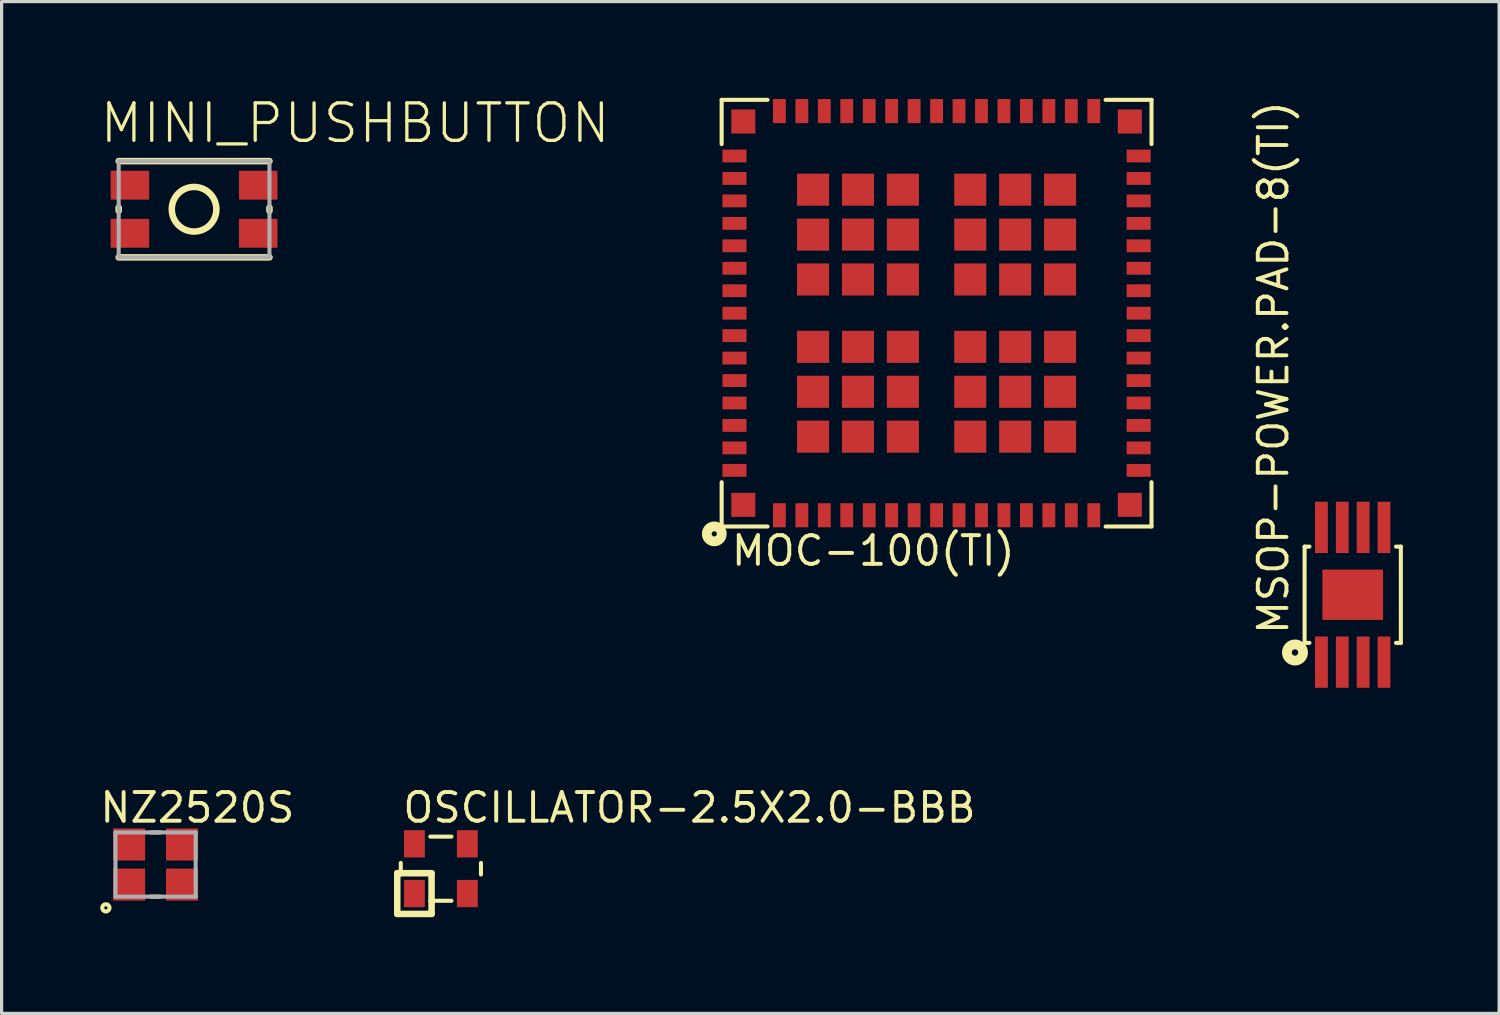
<source format=kicad_pcb>
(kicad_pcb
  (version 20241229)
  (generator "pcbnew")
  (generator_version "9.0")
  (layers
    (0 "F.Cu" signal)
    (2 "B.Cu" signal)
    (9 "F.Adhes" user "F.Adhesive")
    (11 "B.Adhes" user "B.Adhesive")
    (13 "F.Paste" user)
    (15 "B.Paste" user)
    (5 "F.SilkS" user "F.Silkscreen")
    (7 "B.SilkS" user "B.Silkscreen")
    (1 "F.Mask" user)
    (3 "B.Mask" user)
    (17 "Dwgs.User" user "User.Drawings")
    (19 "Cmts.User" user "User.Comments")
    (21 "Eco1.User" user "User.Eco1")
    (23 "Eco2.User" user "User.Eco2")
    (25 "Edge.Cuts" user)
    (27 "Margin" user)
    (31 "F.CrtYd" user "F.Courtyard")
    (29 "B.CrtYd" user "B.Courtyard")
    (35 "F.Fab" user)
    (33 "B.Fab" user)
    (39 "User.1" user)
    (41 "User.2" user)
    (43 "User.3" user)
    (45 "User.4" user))
  (footprint "MINI_PUSHBUTTON"
    (layer "F.Cu")
    (at 3 3.473)
    (property "Reference" "MINI_PUSHBUTTON" (at -3 -2 0) (layer "F.SilkS") (effects (font (size 1.168 1.168) (thickness 0.102)) (justify left bottom)))
    (fp_line (start -2.35 -1.5) (end 2.35 -1.5) (stroke (width 0.203) (type solid)) (layer "F.SilkS"))
    (fp_line (start -2.35 0.05) (end -2.35 -0.05) (stroke (width 0.203) (type solid)) (layer "F.SilkS"))
    (fp_line (start -2.35 1.5) (end 2.35 1.5) (stroke (width 0.203) (type solid)) (layer "F.SilkS"))
    (fp_line (start 2.35 0.05) (end 2.35 -0.05) (stroke (width 0.203) (type solid)) (layer "F.SilkS"))
    (fp_circle (center 0 0) (end 0.695 0) (stroke (width 0.203) (type solid)) (fill no) (layer "F.SilkS"))
    (fp_line (start -2.35 -1.5) (end 2.35 -1.5) (stroke (width 0.127) (type solid)) (layer "F.Fab"))
    (fp_line (start -2.35 1.5) (end -2.35 -1.5) (stroke (width 0.127) (type solid)) (layer "F.Fab"))
    (fp_line (start 2.35 -1.5) (end 2.35 1.5) (stroke (width 0.127) (type solid)) (layer "F.Fab"))
    (fp_line (start 2.35 1.5) (end -2.35 1.5) (stroke (width 0.127) (type solid)) (layer "F.Fab"))
    (pad "1" smd rect (at -2 -0.75) (size 1.2 0.9) (layers "F.Cu" "F.Mask" "F.Paste"))
    (pad "2" smd rect (at 2 -0.75) (size 1.2 0.9) (layers "F.Cu" "F.Mask" "F.Paste"))
    (pad "3" smd rect (at -2 0.75) (size 1.2 0.9) (layers "F.Cu" "F.Mask" "F.Paste"))
    (pad "4" smd rect (at 2 0.75) (size 1.2 0.9) (layers "F.Cu" "F.Mask" "F.Paste")))
  (footprint "MSOP-POWER.PAD-8(TI)"
    (layer "F.Cu")
    (at 39.12 15.491)
    (property "Reference" "MSOP-POWER.PAD-8(TI)" (at -1.95 1.3 90) (layer "F.SilkS") (effects (font (size 0.894 0.894) (thickness 0.122)) (justify left bottom)))
    (fp_line (start -1.5 -1.5) (end -1.5 1.5) (stroke (width 0.127) (type solid)) (layer "F.SilkS"))
    (fp_line (start -1.5 1.5) (end -1.35 1.5) (stroke (width 0.127) (type solid)) (layer "F.SilkS"))
    (fp_line (start -1.35 -1.5) (end -1.5 -1.5) (stroke (width 0.127) (type solid)) (layer "F.SilkS"))
    (fp_line (start 1.35 1.5) (end 1.5 1.5) (stroke (width 0.127) (type solid)) (layer "F.SilkS"))
    (fp_line (start 1.5 -1.5) (end 1.35 -1.5) (stroke (width 0.127) (type solid)) (layer "F.SilkS"))
    (fp_line (start 1.5 1.5) (end 1.5 -1.5) (stroke (width 0.127) (type solid)) (layer "F.SilkS"))
    (fp_circle (center -1.8 1.8) (end -1.7 1.8) (stroke (width 0.305) (type solid)) (fill no) (layer "F.SilkS"))
    (pad "1" smd rect (at -0.975 2.1) (size 0.4 1.6) (layers "F.Cu" "F.Mask" "F.Paste"))
    (pad "2" smd rect (at -0.325 2.1) (size 0.4 1.6) (layers "F.Cu" "F.Mask" "F.Paste"))
    (pad "3" smd rect (at 0.325 2.1) (size 0.4 1.6) (layers "F.Cu" "F.Mask" "F.Paste"))
    (pad "4" smd rect (at 0.975 2.1) (size 0.4 1.6) (layers "F.Cu" "F.Mask" "F.Paste"))
    (pad "5" smd rect (at 0.975 -2.1) (size 0.4 1.6) (layers "F.Cu" "F.Mask" "F.Paste"))
    (pad "6" smd rect (at 0.325 -2.1) (size 0.4 1.6) (layers "F.Cu" "F.Mask" "F.Paste"))
    (pad "7" smd rect (at -0.325 -2.1) (size 0.4 1.6) (layers "F.Cu" "F.Mask" "F.Paste"))
    (pad "8" smd rect (at -0.975 -2.1) (size 0.4 1.6) (layers "F.Cu" "F.Mask" "F.Paste"))
    (pad "9" smd rect (at 0 0) (size 1.89 1.57) (layers "F.Cu" "F.Mask" "F.Paste")))
  (footprint "MOC-100(TI)"
    (layer "F.Cu")
    (at 26.147 6.713)
    (property "Reference" "MOC-100(TI)" (at -6.46 7.93 0) (layer "F.SilkS") (effects (font (size 0.894 0.894) (thickness 0.122)) (justify left bottom)))
    (fp_line (start -6.7 -6.65) (end -6.7 -5.27) (stroke (width 0.127) (type solid)) (layer "F.SilkS"))
    (fp_line (start -6.7 -6.65) (end -5.27 -6.65) (stroke (width 0.127) (type solid)) (layer "F.SilkS"))
    (fp_line (start -6.7 5.27) (end -6.7 6.65) (stroke (width 0.127) (type solid)) (layer "F.SilkS"))
    (fp_line (start -6.7 6.65) (end -5.27 6.65) (stroke (width 0.127) (type solid)) (layer "F.SilkS"))
    (fp_line (start 5.27 6.65) (end 6.7 6.65) (stroke (width 0.127) (type solid)) (layer "F.SilkS"))
    (fp_line (start 6.7 -6.65) (end 5.27 -6.65) (stroke (width 0.127) (type solid)) (layer "F.SilkS"))
    (fp_line (start 6.7 -6.65) (end 6.7 -5.27) (stroke (width 0.127) (type solid)) (layer "F.SilkS"))
    (fp_line (start 6.7 6.65) (end 6.7 5.27) (stroke (width 0.127) (type solid)) (layer "F.SilkS"))
    (fp_circle (center -6.93 6.88) (end -6.849 6.88) (stroke (width 0.305) (type solid)) (fill no) (layer "F.SilkS"))
    (pad "1" smd rect (at -6.025 5.975) (size 0.75 0.75) (layers "F.Cu" "F.Mask" "F.Paste"))
    (pad "2" smd rect (at -4.9 6.3) (size 0.4 0.75) (layers "F.Cu" "F.Mask" "F.Paste"))
    (pad "3" smd rect (at -4.2 6.3) (size 0.4 0.75) (layers "F.Cu" "F.Mask" "F.Paste"))
    (pad "4" smd rect (at -3.5 6.3) (size 0.4 0.75) (layers "F.Cu" "F.Mask" "F.Paste"))
    (pad "5" smd rect (at -2.8 6.3) (size 0.4 0.75) (layers "F.Cu" "F.Mask" "F.Paste"))
    (pad "6" smd rect (at -2.1 6.3) (size 0.4 0.75) (layers "F.Cu" "F.Mask" "F.Paste"))
    (pad "7" smd rect (at -1.4 6.3) (size 0.4 0.75) (layers "F.Cu" "F.Mask" "F.Paste"))
    (pad "8" smd rect (at -0.7 6.3) (size 0.4 0.75) (layers "F.Cu" "F.Mask" "F.Paste"))
    (pad "9" smd rect (at 0 6.3) (size 0.4 0.75) (layers "F.Cu" "F.Mask" "F.Paste"))
    (pad "10" smd rect (at 0.7 6.3) (size 0.4 0.75) (layers "F.Cu" "F.Mask" "F.Paste"))
    (pad "11" smd rect (at 1.4 6.3) (size 0.4 0.75) (layers "F.Cu" "F.Mask" "F.Paste"))
    (pad "12" smd rect (at 2.1 6.3) (size 0.4 0.75) (layers "F.Cu" "F.Mask" "F.Paste"))
    (pad "13" smd rect (at 2.8 6.3) (size 0.4 0.75) (layers "F.Cu" "F.Mask" "F.Paste"))
    (pad "14" smd rect (at 3.5 6.3) (size 0.4 0.75) (layers "F.Cu" "F.Mask" "F.Paste"))
    (pad "15" smd rect (at 4.2 6.3) (size 0.4 0.75) (layers "F.Cu" "F.Mask" "F.Paste"))
    (pad "16" smd rect (at 4.9 6.3) (size 0.4 0.75) (layers "F.Cu" "F.Mask" "F.Paste"))
    (pad "17" smd rect (at 6.025 5.975) (size 0.75 0.75) (layers "F.Cu" "F.Mask" "F.Paste"))
    (pad "18" smd rect (at 6.3 4.9 90) (size 0.4 0.75) (layers "F.Cu" "F.Mask" "F.Paste"))
    (pad "19" smd rect (at 6.3 4.2 90) (size 0.4 0.75) (layers "F.Cu" "F.Mask" "F.Paste"))
    (pad "20" smd rect (at 6.3 3.5 90) (size 0.4 0.75) (layers "F.Cu" "F.Mask" "F.Paste"))
    (pad "21" smd rect (at 6.3 2.8 90) (size 0.4 0.75) (layers "F.Cu" "F.Mask" "F.Paste"))
    (pad "22" smd rect (at 6.3 2.1 90) (size 0.4 0.75) (layers "F.Cu" "F.Mask" "F.Paste"))
    (pad "23" smd rect (at 6.3 1.4 90) (size 0.4 0.75) (layers "F.Cu" "F.Mask" "F.Paste"))
    (pad "24" smd rect (at 6.3 0.7 90) (size 0.4 0.75) (layers "F.Cu" "F.Mask" "F.Paste"))
    (pad "25" smd rect (at 6.3 0 90) (size 0.4 0.75) (layers "F.Cu" "F.Mask" "F.Paste"))
    (pad "26" smd rect (at 6.3 -0.7 90) (size 0.4 0.75) (layers "F.Cu" "F.Mask" "F.Paste"))
    (pad "27" smd rect (at 6.3 -1.4 90) (size 0.4 0.75) (layers "F.Cu" "F.Mask" "F.Paste"))
    (pad "28" smd rect (at 6.3 -2.1 90) (size 0.4 0.75) (layers "F.Cu" "F.Mask" "F.Paste"))
    (pad "29" smd rect (at 6.3 -2.8 90) (size 0.4 0.75) (layers "F.Cu" "F.Mask" "F.Paste"))
    (pad "30" smd rect (at 6.3 -3.5 90) (size 0.4 0.75) (layers "F.Cu" "F.Mask" "F.Paste"))
    (pad "31" smd rect (at 6.3 -4.2 90) (size 0.4 0.75) (layers "F.Cu" "F.Mask" "F.Paste"))
    (pad "32" smd rect (at 6.3 -4.9 90) (size 0.4 0.75) (layers "F.Cu" "F.Mask" "F.Paste"))
    (pad "33" smd rect (at 6.025 -5.975) (size 0.75 0.75) (layers "F.Cu" "F.Mask" "F.Paste"))
    (pad "34" smd rect (at 4.9 -6.3 180) (size 0.4 0.75) (layers "F.Cu" "F.Mask" "F.Paste"))
    (pad "35" smd rect (at 4.2 -6.3 180) (size 0.4 0.75) (layers "F.Cu" "F.Mask" "F.Paste"))
    (pad "36" smd rect (at 3.5 -6.3 180) (size 0.4 0.75) (layers "F.Cu" "F.Mask" "F.Paste"))
    (pad "37" smd rect (at 2.8 -6.3 180) (size 0.4 0.75) (layers "F.Cu" "F.Mask" "F.Paste"))
    (pad "38" smd rect (at 2.1 -6.3 180) (size 0.4 0.75) (layers "F.Cu" "F.Mask" "F.Paste"))
    (pad "39" smd rect (at 1.4 -6.3 180) (size 0.4 0.75) (layers "F.Cu" "F.Mask" "F.Paste"))
    (pad "40" smd rect (at 0.7 -6.3 180) (size 0.4 0.75) (layers "F.Cu" "F.Mask" "F.Paste"))
    (pad "41" smd rect (at 0 -6.3 180) (size 0.4 0.75) (layers "F.Cu" "F.Mask" "F.Paste"))
    (pad "42" smd rect (at -0.7 -6.3 180) (size 0.4 0.75) (layers "F.Cu" "F.Mask" "F.Paste"))
    (pad "43" smd rect (at -1.4 -6.3 180) (size 0.4 0.75) (layers "F.Cu" "F.Mask" "F.Paste"))
    (pad "44" smd rect (at -2.1 -6.3 180) (size 0.4 0.75) (layers "F.Cu" "F.Mask" "F.Paste"))
    (pad "45" smd rect (at -2.8 -6.3 180) (size 0.4 0.75) (layers "F.Cu" "F.Mask" "F.Paste"))
    (pad "46" smd rect (at -3.5 -6.3 180) (size 0.4 0.75) (layers "F.Cu" "F.Mask" "F.Paste"))
    (pad "47" smd rect (at -4.2 -6.3 180) (size 0.4 0.75) (layers "F.Cu" "F.Mask" "F.Paste"))
    (pad "48" smd rect (at -4.9 -6.3 180) (size 0.4 0.75) (layers "F.Cu" "F.Mask" "F.Paste"))
    (pad "49" smd rect (at -6.025 -5.975) (size 0.75 0.75) (layers "F.Cu" "F.Mask" "F.Paste"))
    (pad "50" smd rect (at -6.3 -4.9 270) (size 0.4 0.75) (layers "F.Cu" "F.Mask" "F.Paste"))
    (pad "51" smd rect (at -6.3 -4.2 270) (size 0.4 0.75) (layers "F.Cu" "F.Mask" "F.Paste"))
    (pad "52" smd rect (at -6.3 -3.5 270) (size 0.4 0.75) (layers "F.Cu" "F.Mask" "F.Paste"))
    (pad "53" smd rect (at -6.3 -2.8 270) (size 0.4 0.75) (layers "F.Cu" "F.Mask" "F.Paste"))
    (pad "54" smd rect (at -6.3 -2.1 270) (size 0.4 0.75) (layers "F.Cu" "F.Mask" "F.Paste"))
    (pad "55" smd rect (at -6.3 -1.4 270) (size 0.4 0.75) (layers "F.Cu" "F.Mask" "F.Paste"))
    (pad "56" smd rect (at -6.3 -0.7 270) (size 0.4 0.75) (layers "F.Cu" "F.Mask" "F.Paste"))
    (pad "57" smd rect (at -6.3 0 270) (size 0.4 0.75) (layers "F.Cu" "F.Mask" "F.Paste"))
    (pad "58" smd rect (at -6.3 0.7 270) (size 0.4 0.75) (layers "F.Cu" "F.Mask" "F.Paste"))
    (pad "59" smd rect (at -6.3 1.4 270) (size 0.4 0.75) (layers "F.Cu" "F.Mask" "F.Paste"))
    (pad "60" smd rect (at -6.3 2.1 270) (size 0.4 0.75) (layers "F.Cu" "F.Mask" "F.Paste"))
    (pad "61" smd rect (at -6.3 2.8 270) (size 0.4 0.75) (layers "F.Cu" "F.Mask" "F.Paste"))
    (pad "62" smd rect (at -6.3 3.5 270) (size 0.4 0.75) (layers "F.Cu" "F.Mask" "F.Paste"))
    (pad "63" smd rect (at -6.3 4.2 270) (size 0.4 0.75) (layers "F.Cu" "F.Mask" "F.Paste"))
    (pad "64" smd rect (at -6.3 4.9 270) (size 0.4 0.75) (layers "F.Cu" "F.Mask" "F.Paste"))
    (pad "G1" smd rect (at -3.85 3.85 180) (size 1 1) (layers "F.Cu" "F.Mask" "F.Paste"))
    (pad "G2" smd rect (at -2.45 3.85 180) (size 1 1) (layers "F.Cu" "F.Mask" "F.Paste"))
    (pad "G3" smd rect (at -1.05 3.85 180) (size 1 1) (layers "F.Cu" "F.Mask" "F.Paste"))
    (pad "G4" smd rect (at 1.05 3.85 270) (size 1 1) (layers "F.Cu" "F.Mask" "F.Paste"))
    (pad "G5" smd rect (at 2.45 3.85 270) (size 1 1) (layers "F.Cu" "F.Mask" "F.Paste"))
    (pad "G6" smd rect (at 3.85 3.85 270) (size 1 1) (layers "F.Cu" "F.Mask" "F.Paste"))
    (pad "G7" smd rect (at -3.85 2.45 180) (size 1 1) (layers "F.Cu" "F.Mask" "F.Paste"))
    (pad "G8" smd rect (at -2.45 2.45 180) (size 1 1) (layers "F.Cu" "F.Mask" "F.Paste"))
    (pad "G9" smd rect (at -1.05 2.45 180) (size 1 1) (layers "F.Cu" "F.Mask" "F.Paste"))
    (pad "G10" smd rect (at 1.05 2.45 270) (size 1 1) (layers "F.Cu" "F.Mask" "F.Paste"))
    (pad "G11" smd rect (at 2.45 2.45 270) (size 1 1) (layers "F.Cu" "F.Mask" "F.Paste"))
    (pad "G12" smd rect (at 3.85 2.45 270) (size 1 1) (layers "F.Cu" "F.Mask" "F.Paste"))
    (pad "G13" smd rect (at -3.85 1.05 180) (size 1 1) (layers "F.Cu" "F.Mask" "F.Paste"))
    (pad "G14" smd rect (at -2.45 1.05 180) (size 1 1) (layers "F.Cu" "F.Mask" "F.Paste"))
    (pad "G15" smd rect (at -1.05 1.05 180) (size 1 1) (layers "F.Cu" "F.Mask" "F.Paste"))
    (pad "G16" smd rect (at 1.05 1.05 270) (size 1 1) (layers "F.Cu" "F.Mask" "F.Paste"))
    (pad "G17" smd rect (at 2.45 1.05 270) (size 1 1) (layers "F.Cu" "F.Mask" "F.Paste"))
    (pad "G18" smd rect (at 3.85 1.05 270) (size 1 1) (layers "F.Cu" "F.Mask" "F.Paste"))
    (pad "G19" smd rect (at -3.85 -1.05 90) (size 1 1) (layers "F.Cu" "F.Mask" "F.Paste"))
    (pad "G20" smd rect (at -2.45 -1.05 90) (size 1 1) (layers "F.Cu" "F.Mask" "F.Paste"))
    (pad "G21" smd rect (at -1.05 -1.05 90) (size 1 1) (layers "F.Cu" "F.Mask" "F.Paste"))
    (pad "G22" smd rect (at 1.05 -1.05) (size 1 1) (layers "F.Cu" "F.Mask" "F.Paste"))
    (pad "G23" smd rect (at 2.45 -1.05) (size 1 1) (layers "F.Cu" "F.Mask" "F.Paste"))
    (pad "G24" smd rect (at 3.85 -1.05) (size 1 1) (layers "F.Cu" "F.Mask" "F.Paste"))
    (pad "G25" smd rect (at -3.85 -2.45 90) (size 1 1) (layers "F.Cu" "F.Mask" "F.Paste"))
    (pad "G26" smd rect (at -2.45 -2.45 90) (size 1 1) (layers "F.Cu" "F.Mask" "F.Paste"))
    (pad "G27" smd rect (at -1.05 -2.45 90) (size 1 1) (layers "F.Cu" "F.Mask" "F.Paste"))
    (pad "G28" smd rect (at 1.05 -2.45) (size 1 1) (layers "F.Cu" "F.Mask" "F.Paste"))
    (pad "G29" smd rect (at 2.45 -2.45) (size 1 1) (layers "F.Cu" "F.Mask" "F.Paste"))
    (pad "G30" smd rect (at 3.85 -2.45) (size 1 1) (layers "F.Cu" "F.Mask" "F.Paste"))
    (pad "G31" smd rect (at -3.85 -3.85 90) (size 1 1) (layers "F.Cu" "F.Mask" "F.Paste"))
    (pad "G32" smd rect (at -2.45 -3.85 90) (size 1 1) (layers "F.Cu" "F.Mask" "F.Paste"))
    (pad "G33" smd rect (at -1.05 -3.85 90) (size 1 1) (layers "F.Cu" "F.Mask" "F.Paste"))
    (pad "G34" smd rect (at 1.05 -3.85) (size 1 1) (layers "F.Cu" "F.Mask" "F.Paste"))
    (pad "G35" smd rect (at 2.45 -3.85) (size 1 1) (layers "F.Cu" "F.Mask" "F.Paste"))
    (pad "G36" smd rect (at 3.85 -3.85) (size 1 1) (layers "F.Cu" "F.Mask" "F.Paste")))
  (footprint "OSCILLATOR-2.5X2.0-BBB"
    (layer "F.Cu")
    (at 10.694 24.031)
    (property "Reference" "OSCILLATOR-2.5X2.0-BBB" (at -1.25 -1.38 0) (layer "F.SilkS") (effects (font (size 0.894 0.894) (thickness 0.122)) (justify left bottom)))
    (fp_line (start -1.36 0.14) (end -1.36 1.41) (stroke (width 0.203) (type solid)) (layer "F.SilkS"))
    (fp_line (start -1.36 1.41) (end -0.29 1.41) (stroke (width 0.203) (type solid)) (layer "F.SilkS"))
    (fp_line (start -1.25 0.18) (end -1.25 -0.18) (stroke (width 0.127) (type solid)) (layer "F.SilkS"))
    (fp_line (start -0.33 -1) (end 0.33 -1) (stroke (width 0.127) (type solid)) (layer "F.SilkS"))
    (fp_line (start -0.33 1) (end 0.33 1) (stroke (width 0.127) (type solid)) (layer "F.SilkS"))
    (fp_line (start -0.29 0.14) (end -1.36 0.14) (stroke (width 0.203) (type solid)) (layer "F.SilkS"))
    (fp_line (start -0.29 1.41) (end -0.29 0.14) (stroke (width 0.203) (type solid)) (layer "F.SilkS"))
    (fp_line (start 1.25 0.18) (end 1.25 -0.18) (stroke (width 0.127) (type solid)) (layer "F.SilkS"))
    (pad "1" smd rect (at -0.825 0.775) (size 0.65 0.85) (layers "F.Cu" "F.Mask" "F.Paste"))
    (pad "2" smd rect (at 0.825 0.775) (size 0.65 0.85) (layers "F.Cu" "F.Mask" "F.Paste"))
    (pad "3" smd rect (at 0.825 -0.775) (size 0.65 0.85) (layers "F.Cu" "F.Mask" "F.Paste"))
    (pad "4" smd rect (at -0.825 -0.775) (size 0.65 0.85) (layers "F.Cu" "F.Mask" "F.Paste")))
  (footprint "NZ2520S"
    (layer "F.Cu")
    (at 1.8 23.901)
    (property "Reference" "NZ2520S" (at -1.8 -1.25 0) (layer "F.SilkS") (effects (font (size 0.894 0.894) (thickness 0.122)) (justify left bottom)))
    (fp_line (start -0.15 -1) (end 0.15 -1) (stroke (width 0.127) (type solid)) (layer "F.SilkS"))
    (fp_line (start -0.15 1) (end 0.15 1) (stroke (width 0.127) (type solid)) (layer "F.SilkS"))
    (fp_circle (center -1.55 1.35) (end -1.5 1.35) (stroke (width 0.127) (type solid)) (fill no) (layer "F.SilkS"))
    (fp_line (start -1.25 -1) (end 1.25 -1) (stroke (width 0.127) (type solid)) (layer "F.Fab"))
    (fp_line (start -1.25 1) (end -1.25 -1) (stroke (width 0.127) (type solid)) (layer "F.Fab"))
    (fp_line (start 1.25 -1) (end 1.25 1) (stroke (width 0.127) (type solid)) (layer "F.Fab"))
    (fp_line (start 1.25 1) (end -1.25 1) (stroke (width 0.127) (type solid)) (layer "F.Fab"))
    (pad "1" smd rect (at -0.825 0.625) (size 1 1) (layers "F.Cu" "F.Mask" "F.Paste"))
    (pad "2" smd rect (at 0.825 0.625) (size 1 1) (layers "F.Cu" "F.Mask" "F.Paste"))
    (pad "3" smd rect (at 0.825 -0.625) (size 1 1) (layers "F.Cu" "F.Mask" "F.Paste"))
    (pad "4" smd rect (at -0.825 -0.625) (size 1 1) (layers "F.Cu" "F.Mask" "F.Paste")))
  (gr_rect
    (start -3 -3)
    (end 43.683 28.543)
    (stroke (width 0.1) (type default))
    (fill no)
    (layer "Edge.Cuts")))
</source>
